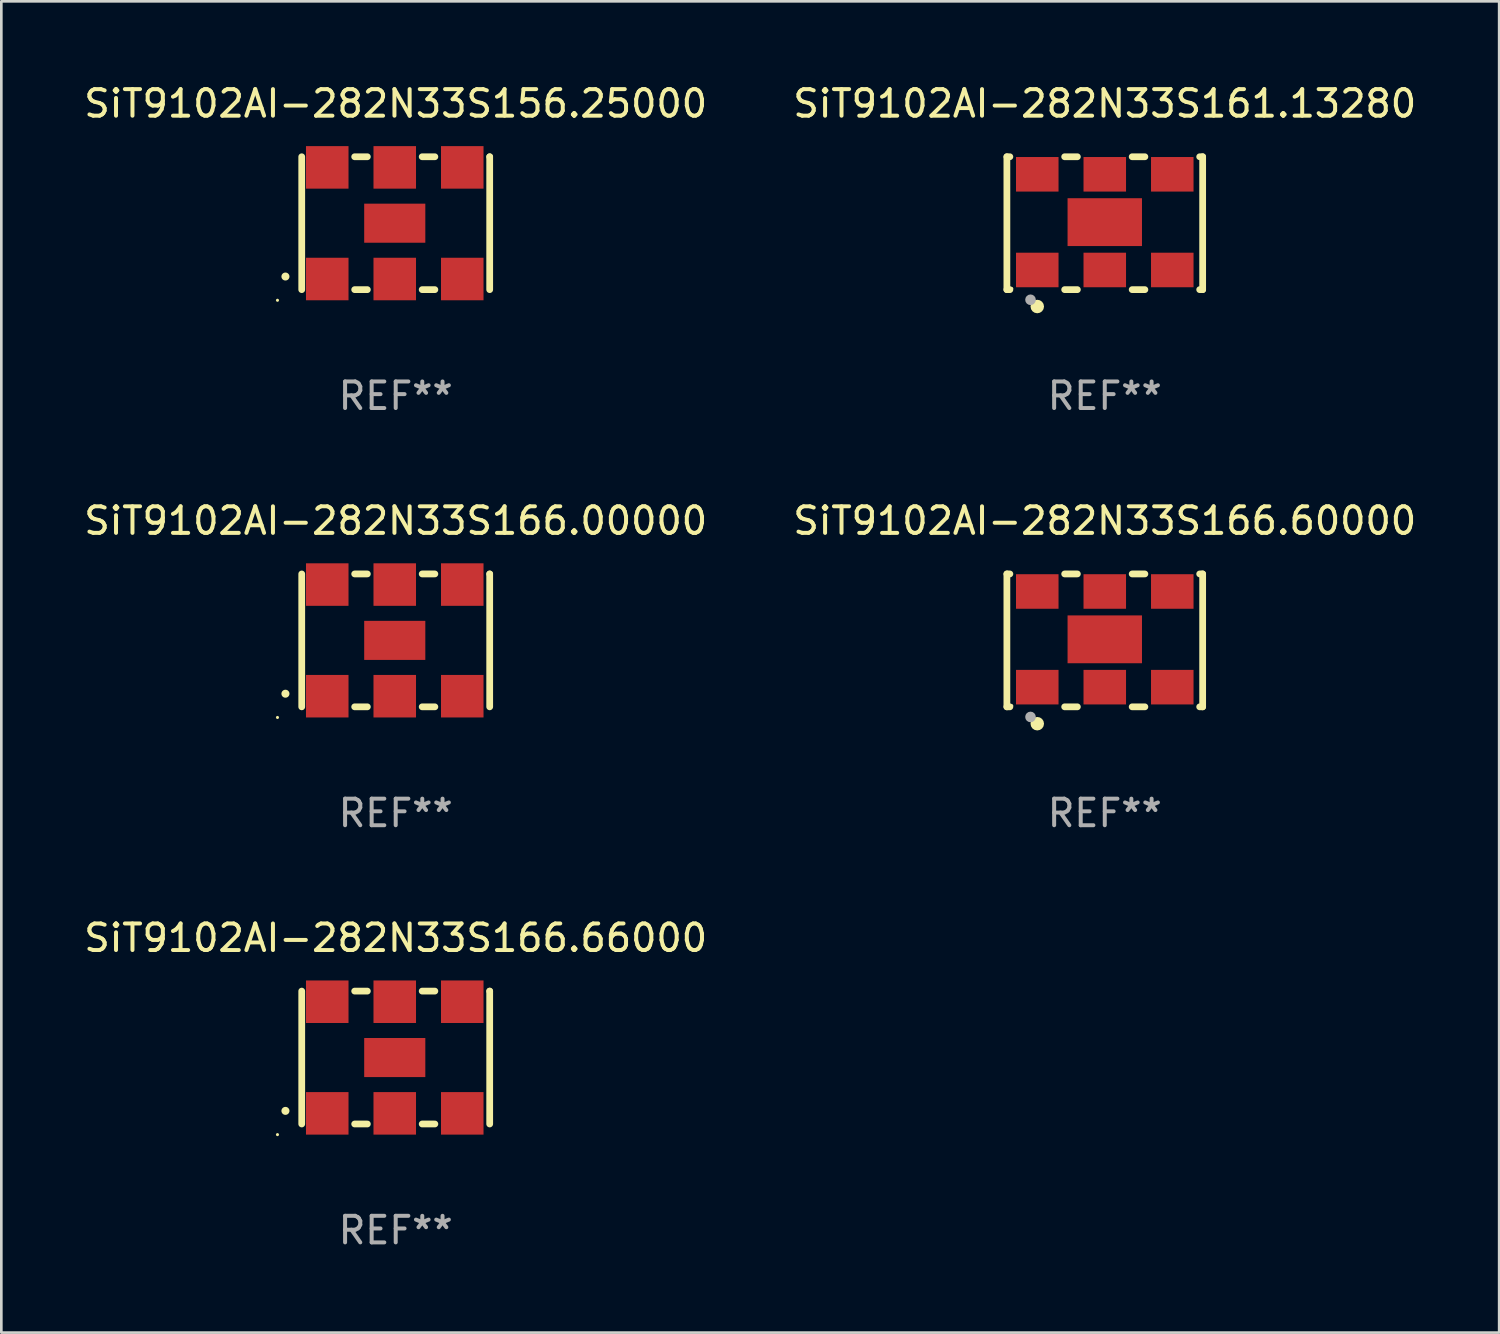
<source format=kicad_pcb>
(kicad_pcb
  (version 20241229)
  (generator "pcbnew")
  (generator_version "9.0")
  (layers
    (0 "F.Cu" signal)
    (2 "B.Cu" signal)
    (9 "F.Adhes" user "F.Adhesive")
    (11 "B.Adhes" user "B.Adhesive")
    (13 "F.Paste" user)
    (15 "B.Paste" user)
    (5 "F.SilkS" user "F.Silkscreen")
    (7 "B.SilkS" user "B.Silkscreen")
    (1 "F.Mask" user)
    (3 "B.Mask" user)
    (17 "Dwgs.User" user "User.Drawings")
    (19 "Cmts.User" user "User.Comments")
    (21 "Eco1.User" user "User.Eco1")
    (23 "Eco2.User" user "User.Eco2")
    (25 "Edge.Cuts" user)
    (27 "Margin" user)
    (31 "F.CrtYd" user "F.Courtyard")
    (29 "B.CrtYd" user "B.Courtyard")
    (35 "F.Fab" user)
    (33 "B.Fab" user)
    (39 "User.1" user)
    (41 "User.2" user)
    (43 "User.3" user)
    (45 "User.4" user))
  (footprint "SiT9102AI-282N33S161.13280"
    (layer "F.Cu")
    (at 38.518 5.348)
    (property "Reference" "SiT9102AI-282N33S161.13280" (at 0 -4.5 0) (layer "F.SilkS") (effects (font (size 1 1) (thickness 0.15))))
    (attr through_hole)
    (fp_line (start -3.683 -2.5) (end -3.571 -2.5) (stroke (width 0.254) (type solid)) (layer "F.SilkS"))
    (fp_line (start -3.683 2.5) (end -3.683 -2.5) (stroke (width 0.254) (type solid)) (layer "F.SilkS"))
    (fp_line (start -3.683 2.5) (end -3.571 2.5) (stroke (width 0.254) (type solid)) (layer "F.SilkS"))
    (fp_line (start -1.509 -2.5) (end -1.031 -2.5) (stroke (width 0.254) (type solid)) (layer "F.SilkS"))
    (fp_line (start -1.509 2.5) (end -1.031 2.5) (stroke (width 0.254) (type solid)) (layer "F.SilkS"))
    (fp_line (start 1.031 -2.5) (end 1.509 -2.5) (stroke (width 0.254) (type solid)) (layer "F.SilkS"))
    (fp_line (start 1.031 2.5) (end 1.509 2.5) (stroke (width 0.254) (type solid)) (layer "F.SilkS"))
    (fp_line (start 3.571 -2.5) (end 3.683 -2.5) (stroke (width 0.254) (type solid)) (layer "F.SilkS"))
    (fp_line (start 3.571 2.5) (end 3.683 2.5) (stroke (width 0.254) (type solid)) (layer "F.SilkS"))
    (fp_line (start 3.683 2.5) (end 3.683 -2.5) (stroke (width 0.254) (type solid)) (layer "F.SilkS"))
    (fp_circle (center -3.5 2.46) (end -3.47 2.46) (stroke (width 0.06) (type solid)) (fill no) (layer "F.SilkS"))
    (fp_circle (center -2.54 3.135) (end -2.413 3.135) (stroke (width 0.254) (type solid)) (fill no) (layer "F.SilkS"))
    (fp_circle (center -2.794 2.881) (end -2.694 2.881) (stroke (width 0.2) (type solid)) (fill no) (layer "F.Fab"))
    (fp_text user "REF**" (at 0 6.5 0) (layer "F.Fab") (effects (font (size 1 1) (thickness 0.15))))
    (pad "1" smd rect (at -2.54 1.76) (size 1.6 1.3) (layers "F.Cu" "F.Mask" "F.Paste"))
    (pad "2" smd rect (at 0 1.76) (size 1.6 1.3) (layers "F.Cu" "F.Mask" "F.Paste"))
    (pad "3" smd rect (at 2.54 1.76) (size 1.6 1.3) (layers "F.Cu" "F.Mask" "F.Paste"))
    (pad "4" smd rect (at 2.54 -1.84) (size 1.6 1.3) (layers "F.Cu" "F.Mask" "F.Paste"))
    (pad "5" smd rect (at 0 -1.84) (size 1.6 1.3) (layers "F.Cu" "F.Mask" "F.Paste"))
    (pad "6" smd rect (at -2.54 -1.84) (size 1.6 1.3) (layers "F.Cu" "F.Mask" "F.Paste"))
    (pad "7" smd rect (at 0 -0.04) (size 2.8 1.8) (layers "F.Cu" "F.Mask" "F.Paste")))
  (footprint "SiT9102AI-282N33S156.25000"
    (layer "F.Cu")
    (at 11.839 5.348)
    (property "Reference" "SiT9102AI-282N33S156.25000" (at 0 -4.5 0) (layer "F.SilkS") (effects (font (size 1 1) (thickness 0.15))))
    (attr through_hole)
    (fp_line (start -3.536 -2.5) (end -3.536 2.5) (stroke (width 0.254) (type solid)) (layer "F.SilkS"))
    (fp_line (start -1.544 2.5) (end -1.067 2.5) (stroke (width 0.254) (type solid)) (layer "F.SilkS"))
    (fp_line (start -1.067 -2.5) (end -1.544 -2.5) (stroke (width 0.254) (type solid)) (layer "F.SilkS"))
    (fp_line (start 0.996 2.5) (end 1.473 2.5) (stroke (width 0.254) (type solid)) (layer "F.SilkS"))
    (fp_line (start 1.473 -2.5) (end 0.996 -2.5) (stroke (width 0.254) (type solid)) (layer "F.SilkS"))
    (fp_line (start 3.536 -2.5) (end 3.536 -2.5) (stroke (width 0.254) (type solid)) (layer "F.SilkS"))
    (fp_line (start 3.536 2.5) (end 3.536 -2.5) (stroke (width 0.254) (type solid)) (layer "F.SilkS"))
    (fp_arc (start -4.150432 2.006604) (mid -4.149162 2.006599) (end -4.147892 2.006604) (stroke (width 0.3) (type solid)) (layer "F.SilkS"))
    (fp_circle (center -4.449 2.9) (end -4.419 2.9) (stroke (width 0.06) (type solid)) (fill no) (layer "F.SilkS"))
    (fp_text user "REF**" (at 0 6.5 0) (layer "F.Fab") (effects (font (size 1 1) (thickness 0.15))))
    (pad "1" smd rect (at -2.576 2.1) (size 1.6 1.6) (layers "F.Cu" "F.Mask" "F.Paste"))
    (pad "2" smd rect (at -0.036 2.1) (size 1.6 1.6) (layers "F.Cu" "F.Mask" "F.Paste"))
    (pad "3" smd rect (at 2.504 2.1) (size 1.6 1.6) (layers "F.Cu" "F.Mask" "F.Paste"))
    (pad "4" smd rect (at 2.504 -2.1) (size 1.6 1.6) (layers "F.Cu" "F.Mask" "F.Paste"))
    (pad "5" smd rect (at -0.036 -2.1) (size 1.6 1.6) (layers "F.Cu" "F.Mask" "F.Paste"))
    (pad "6" smd rect (at -2.576 -2.1) (size 1.6 1.6) (layers "F.Cu" "F.Mask" "F.Paste"))
    (pad "7" smd rect (at -0.036 0) (size 2.3 1.47) (layers "F.Cu" "F.Mask" "F.Paste")))
  (footprint "SiT9102AI-282N33S166.66000"
    (layer "F.Cu")
    (at 11.839 36.741)
    (property "Reference" "SiT9102AI-282N33S166.66000" (at 0 -4.5 0) (layer "F.SilkS") (effects (font (size 1 1) (thickness 0.15))))
    (attr through_hole)
    (fp_line (start -3.536 -2.5) (end -3.536 2.5) (stroke (width 0.254) (type solid)) (layer "F.SilkS"))
    (fp_line (start -1.544 2.5) (end -1.067 2.5) (stroke (width 0.254) (type solid)) (layer "F.SilkS"))
    (fp_line (start -1.067 -2.5) (end -1.544 -2.5) (stroke (width 0.254) (type solid)) (layer "F.SilkS"))
    (fp_line (start 0.996 2.5) (end 1.473 2.5) (stroke (width 0.254) (type solid)) (layer "F.SilkS"))
    (fp_line (start 1.473 -2.5) (end 0.996 -2.5) (stroke (width 0.254) (type solid)) (layer "F.SilkS"))
    (fp_line (start 3.536 -2.5) (end 3.536 -2.5) (stroke (width 0.254) (type solid)) (layer "F.SilkS"))
    (fp_line (start 3.536 2.5) (end 3.536 -2.5) (stroke (width 0.254) (type solid)) (layer "F.SilkS"))
    (fp_arc (start -4.150432 2.006604) (mid -4.149162 2.006599) (end -4.147892 2.006604) (stroke (width 0.3) (type solid)) (layer "F.SilkS"))
    (fp_circle (center -4.449 2.9) (end -4.419 2.9) (stroke (width 0.06) (type solid)) (fill no) (layer "F.SilkS"))
    (fp_text user "REF**" (at 0 6.5 0) (layer "F.Fab") (effects (font (size 1 1) (thickness 0.15))))
    (pad "1" smd rect (at -2.576 2.1) (size 1.6 1.6) (layers "F.Cu" "F.Mask" "F.Paste"))
    (pad "2" smd rect (at -0.036 2.1) (size 1.6 1.6) (layers "F.Cu" "F.Mask" "F.Paste"))
    (pad "3" smd rect (at 2.504 2.1) (size 1.6 1.6) (layers "F.Cu" "F.Mask" "F.Paste"))
    (pad "4" smd rect (at 2.504 -2.1) (size 1.6 1.6) (layers "F.Cu" "F.Mask" "F.Paste"))
    (pad "5" smd rect (at -0.036 -2.1) (size 1.6 1.6) (layers "F.Cu" "F.Mask" "F.Paste"))
    (pad "6" smd rect (at -2.576 -2.1) (size 1.6 1.6) (layers "F.Cu" "F.Mask" "F.Paste"))
    (pad "7" smd rect (at -0.036 0) (size 2.3 1.47) (layers "F.Cu" "F.Mask" "F.Paste")))
  (footprint "SiT9102AI-282N33S166.00000"
    (layer "F.Cu")
    (at 11.839 21.045)
    (property "Reference" "SiT9102AI-282N33S166.00000" (at 0 -4.5 0) (layer "F.SilkS") (effects (font (size 1 1) (thickness 0.15))))
    (attr through_hole)
    (fp_line (start -3.536 -2.5) (end -3.536 2.5) (stroke (width 0.254) (type solid)) (layer "F.SilkS"))
    (fp_line (start -1.544 2.5) (end -1.067 2.5) (stroke (width 0.254) (type solid)) (layer "F.SilkS"))
    (fp_line (start -1.067 -2.5) (end -1.544 -2.5) (stroke (width 0.254) (type solid)) (layer "F.SilkS"))
    (fp_line (start 0.996 2.5) (end 1.473 2.5) (stroke (width 0.254) (type solid)) (layer "F.SilkS"))
    (fp_line (start 1.473 -2.5) (end 0.996 -2.5) (stroke (width 0.254) (type solid)) (layer "F.SilkS"))
    (fp_line (start 3.536 -2.5) (end 3.536 -2.5) (stroke (width 0.254) (type solid)) (layer "F.SilkS"))
    (fp_line (start 3.536 2.5) (end 3.536 -2.5) (stroke (width 0.254) (type solid)) (layer "F.SilkS"))
    (fp_arc (start -4.150432 2.006604) (mid -4.149162 2.006599) (end -4.147892 2.006604) (stroke (width 0.3) (type solid)) (layer "F.SilkS"))
    (fp_circle (center -4.449 2.9) (end -4.419 2.9) (stroke (width 0.06) (type solid)) (fill no) (layer "F.SilkS"))
    (fp_text user "REF**" (at 0 6.5 0) (layer "F.Fab") (effects (font (size 1 1) (thickness 0.15))))
    (pad "1" smd rect (at -2.576 2.1) (size 1.6 1.6) (layers "F.Cu" "F.Mask" "F.Paste"))
    (pad "2" smd rect (at -0.036 2.1) (size 1.6 1.6) (layers "F.Cu" "F.Mask" "F.Paste"))
    (pad "3" smd rect (at 2.504 2.1) (size 1.6 1.6) (layers "F.Cu" "F.Mask" "F.Paste"))
    (pad "4" smd rect (at 2.504 -2.1) (size 1.6 1.6) (layers "F.Cu" "F.Mask" "F.Paste"))
    (pad "5" smd rect (at -0.036 -2.1) (size 1.6 1.6) (layers "F.Cu" "F.Mask" "F.Paste"))
    (pad "6" smd rect (at -2.576 -2.1) (size 1.6 1.6) (layers "F.Cu" "F.Mask" "F.Paste"))
    (pad "7" smd rect (at -0.036 0) (size 2.3 1.47) (layers "F.Cu" "F.Mask" "F.Paste")))
  (footprint "SiT9102AI-282N33S166.60000"
    (layer "F.Cu")
    (at 38.518 21.045)
    (property "Reference" "SiT9102AI-282N33S166.60000" (at 0 -4.5 0) (layer "F.SilkS") (effects (font (size 1 1) (thickness 0.15))))
    (attr through_hole)
    (fp_line (start -3.683 -2.5) (end -3.571 -2.5) (stroke (width 0.254) (type solid)) (layer "F.SilkS"))
    (fp_line (start -3.683 2.5) (end -3.683 -2.5) (stroke (width 0.254) (type solid)) (layer "F.SilkS"))
    (fp_line (start -3.683 2.5) (end -3.571 2.5) (stroke (width 0.254) (type solid)) (layer "F.SilkS"))
    (fp_line (start -1.509 -2.5) (end -1.031 -2.5) (stroke (width 0.254) (type solid)) (layer "F.SilkS"))
    (fp_line (start -1.509 2.5) (end -1.031 2.5) (stroke (width 0.254) (type solid)) (layer "F.SilkS"))
    (fp_line (start 1.031 -2.5) (end 1.509 -2.5) (stroke (width 0.254) (type solid)) (layer "F.SilkS"))
    (fp_line (start 1.031 2.5) (end 1.509 2.5) (stroke (width 0.254) (type solid)) (layer "F.SilkS"))
    (fp_line (start 3.571 -2.5) (end 3.683 -2.5) (stroke (width 0.254) (type solid)) (layer "F.SilkS"))
    (fp_line (start 3.571 2.5) (end 3.683 2.5) (stroke (width 0.254) (type solid)) (layer "F.SilkS"))
    (fp_line (start 3.683 2.5) (end 3.683 -2.5) (stroke (width 0.254) (type solid)) (layer "F.SilkS"))
    (fp_circle (center -3.5 2.46) (end -3.47 2.46) (stroke (width 0.06) (type solid)) (fill no) (layer "F.SilkS"))
    (fp_circle (center -2.54 3.135) (end -2.413 3.135) (stroke (width 0.254) (type solid)) (fill no) (layer "F.SilkS"))
    (fp_circle (center -2.794 2.881) (end -2.694 2.881) (stroke (width 0.2) (type solid)) (fill no) (layer "F.Fab"))
    (fp_text user "REF**" (at 0 6.5 0) (layer "F.Fab") (effects (font (size 1 1) (thickness 0.15))))
    (pad "1" smd rect (at -2.54 1.76) (size 1.6 1.3) (layers "F.Cu" "F.Mask" "F.Paste"))
    (pad "2" smd rect (at 0 1.76) (size 1.6 1.3) (layers "F.Cu" "F.Mask" "F.Paste"))
    (pad "3" smd rect (at 2.54 1.76) (size 1.6 1.3) (layers "F.Cu" "F.Mask" "F.Paste"))
    (pad "4" smd rect (at 2.54 -1.84) (size 1.6 1.3) (layers "F.Cu" "F.Mask" "F.Paste"))
    (pad "5" smd rect (at 0 -1.84) (size 1.6 1.3) (layers "F.Cu" "F.Mask" "F.Paste"))
    (pad "6" smd rect (at -2.54 -1.84) (size 1.6 1.3) (layers "F.Cu" "F.Mask" "F.Paste"))
    (pad "7" smd rect (at 0 -0.04) (size 2.8 1.8) (layers "F.Cu" "F.Mask" "F.Paste")))
  (gr_rect
    (start -3 -3)
    (end 53.357 47.09)
    (stroke (width 0.1) (type default))
    (fill no)
    (layer "Edge.Cuts")))
</source>
